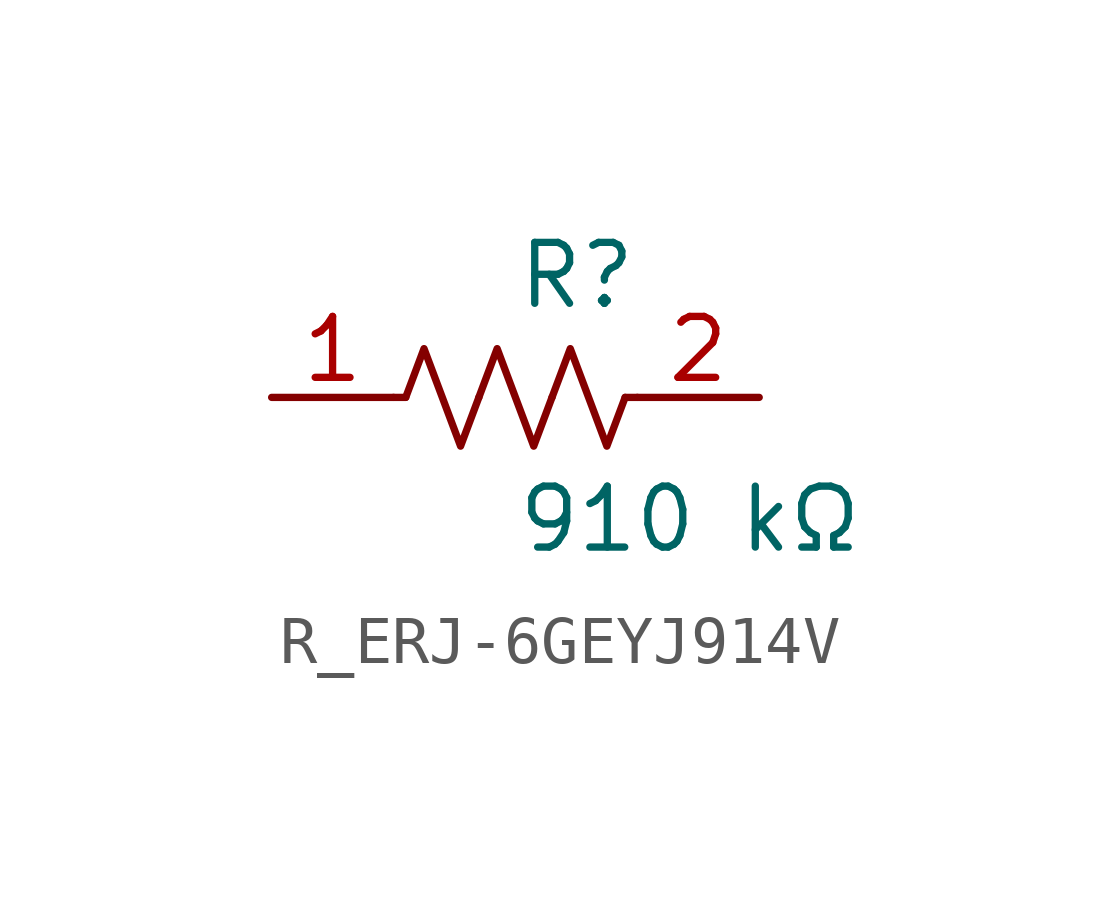
<source format=kicad_sym>
(kicad_symbol_lib
  (version 20231120)
  (generator kicad_symbol_editor)
  (generator_version 8.0)
  (symbol "R_ERJ-6GEYJ914V"
    (pin_names
      (offset 0.254))
    (property "Reference" "R"
      (at 0 2.54 0)
      (effects (font (size 1.27 1.27)) (justify left)))
    (property "Value" "910 kΩ"
      (at 0 -2.54 0)
      (effects (font (size 1.27 1.27)) (justify left)))
    (symbol "R_ERJ-6GEYJ914V_0_1"
      (polyline (pts (xy 2.286 0) (xy 2.54 0)) (stroke (width 0) (type default)) (fill (type none)))
      (polyline (pts (xy -2.286 0) (xy -2.54 0)) (stroke (width 0) (type default)) (fill (type none)))
      (polyline (pts (xy 0.762 0) (xy 1.143 1.016) (xy 1.524 0) (xy 1.905 -1.016) (xy 2.286 0)) (stroke (width 0) (type default)) (fill (type none)))
      (polyline (pts (xy -0.762 0) (xy -0.381 1.016) (xy 0 0) (xy 0.381 -1.016) (xy 0.762 0)) (stroke (width 0) (type default)) (fill (type none)))
      (polyline (pts (xy -2.286 0) (xy -1.905 1.016) (xy -1.524 0) (xy -1.143 -1.016) (xy -0.762 0)) (stroke (width 0) (type default)) (fill (type none))))
    (pin passive line
      (at -5.08 0 0)
      (length 2.54)
      (name "" (effects (font (size 1.27 1.27))))
      (number "1" (effects (font (size 1.27 1.27)))))
    (pin passive line
      (at 5.08 0 180)
      (length 2.54)
      (name "" (effects (font (size 1.27 1.27))))
      (number "2" (effects (font (size 1.27 1.27)))))))
</source>
